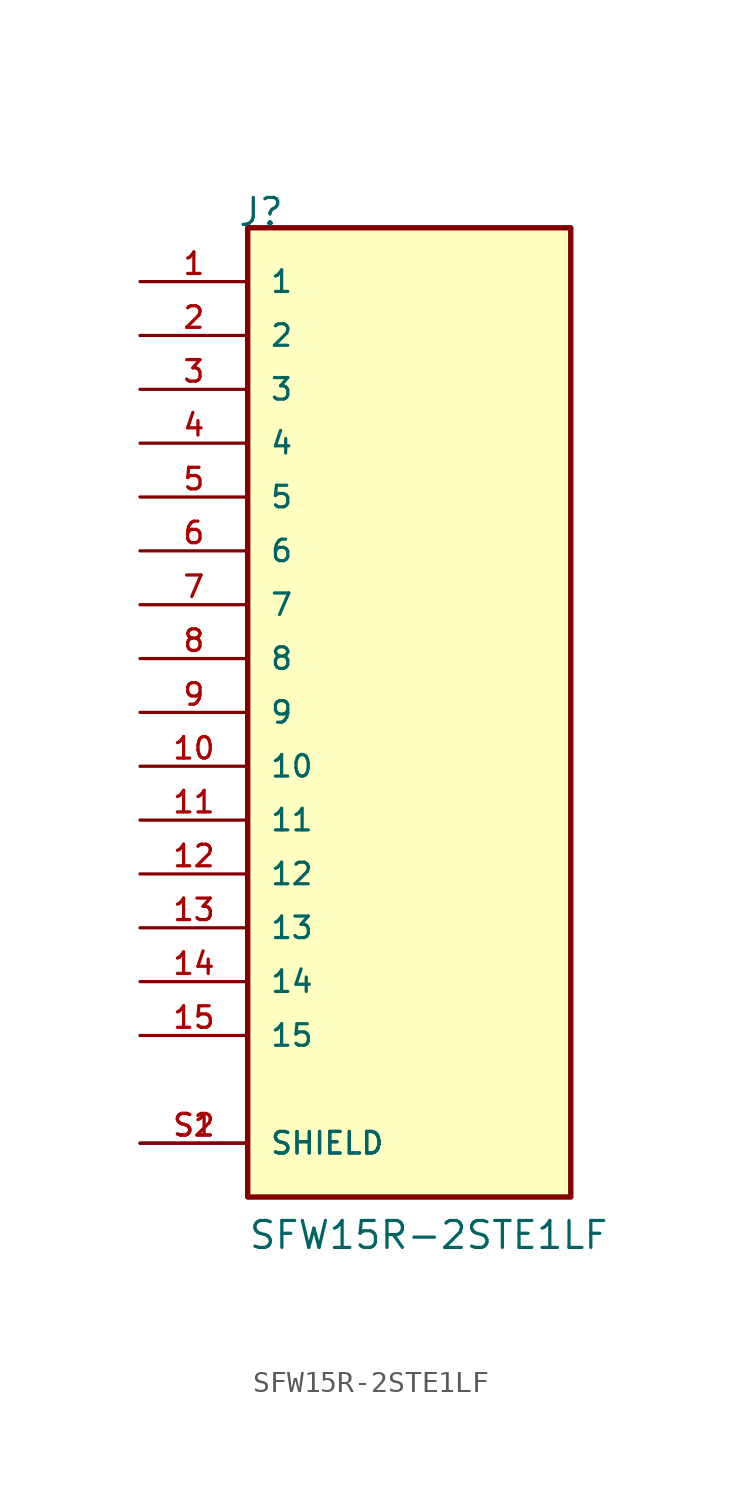
<source format=kicad_sym>
(kicad_symbol_lib
  (version 20211014)
  (generator kicad_symbol_editor)
  (symbol "SFW15R-2STE1LF"
    (pin_names
      (offset 1.016))
    (property "Reference" "J"
      (at -8.12 22.86 0)
      (effects (font (size 1.27 1.27)) (justify left bottom)))
    (property "Value" "SFW15R-2STE1LF"
      (at -7.62 -25.4 0)
      (effects (font (size 1.27 1.27)) (justify left bottom)))
    (symbol "SFW15R-2STE1LF_0_0"
      (rectangle (start -7.62 -22.86) (end 7.62 22.86) (stroke (width 0.254) (type default) (color 0 0 0 0)) (fill (type background)))
      (pin passive line (at -12.7 20.32 0) (length 5.08) (name "1" (effects (font (size 1.016 1.016)))) (number "1" (effects (font (size 1.016 1.016)))))
      (pin passive line (at -12.7 -2.54 0) (length 5.08) (name "10" (effects (font (size 1.016 1.016)))) (number "10" (effects (font (size 1.016 1.016)))))
      (pin passive line (at -12.7 -5.08 0) (length 5.08) (name "11" (effects (font (size 1.016 1.016)))) (number "11" (effects (font (size 1.016 1.016)))))
      (pin passive line (at -12.7 -7.62 0) (length 5.08) (name "12" (effects (font (size 1.016 1.016)))) (number "12" (effects (font (size 1.016 1.016)))))
      (pin passive line (at -12.7 -10.16 0) (length 5.08) (name "13" (effects (font (size 1.016 1.016)))) (number "13" (effects (font (size 1.016 1.016)))))
      (pin passive line (at -12.7 -12.7 0) (length 5.08) (name "14" (effects (font (size 1.016 1.016)))) (number "14" (effects (font (size 1.016 1.016)))))
      (pin passive line (at -12.7 -15.24 0) (length 5.08) (name "15" (effects (font (size 1.016 1.016)))) (number "15" (effects (font (size 1.016 1.016)))))
      (pin passive line (at -12.7 17.78 0) (length 5.08) (name "2" (effects (font (size 1.016 1.016)))) (number "2" (effects (font (size 1.016 1.016)))))
      (pin passive line (at -12.7 15.24 0) (length 5.08) (name "3" (effects (font (size 1.016 1.016)))) (number "3" (effects (font (size 1.016 1.016)))))
      (pin passive line (at -12.7 12.7 0) (length 5.08) (name "4" (effects (font (size 1.016 1.016)))) (number "4" (effects (font (size 1.016 1.016)))))
      (pin passive line (at -12.7 10.16 0) (length 5.08) (name "5" (effects (font (size 1.016 1.016)))) (number "5" (effects (font (size 1.016 1.016)))))
      (pin passive line (at -12.7 7.62 0) (length 5.08) (name "6" (effects (font (size 1.016 1.016)))) (number "6" (effects (font (size 1.016 1.016)))))
      (pin passive line (at -12.7 5.08 0) (length 5.08) (name "7" (effects (font (size 1.016 1.016)))) (number "7" (effects (font (size 1.016 1.016)))))
      (pin passive line (at -12.7 2.54 0) (length 5.08) (name "8" (effects (font (size 1.016 1.016)))) (number "8" (effects (font (size 1.016 1.016)))))
      (pin passive line (at -12.7 0 0) (length 5.08) (name "9" (effects (font (size 1.016 1.016)))) (number "9" (effects (font (size 1.016 1.016)))))
      (pin passive line (at -12.7 -20.32 0) (length 5.08) (name "SHIELD" (effects (font (size 1.016 1.016)))) (number "S1" (effects (font (size 1.016 1.016)))))
      (pin passive line (at -12.7 -20.32 0) (length 5.08) (name "SHIELD" (effects (font (size 1.016 1.016)))) (number "S2" (effects (font (size 1.016 1.016))))))))
</source>
